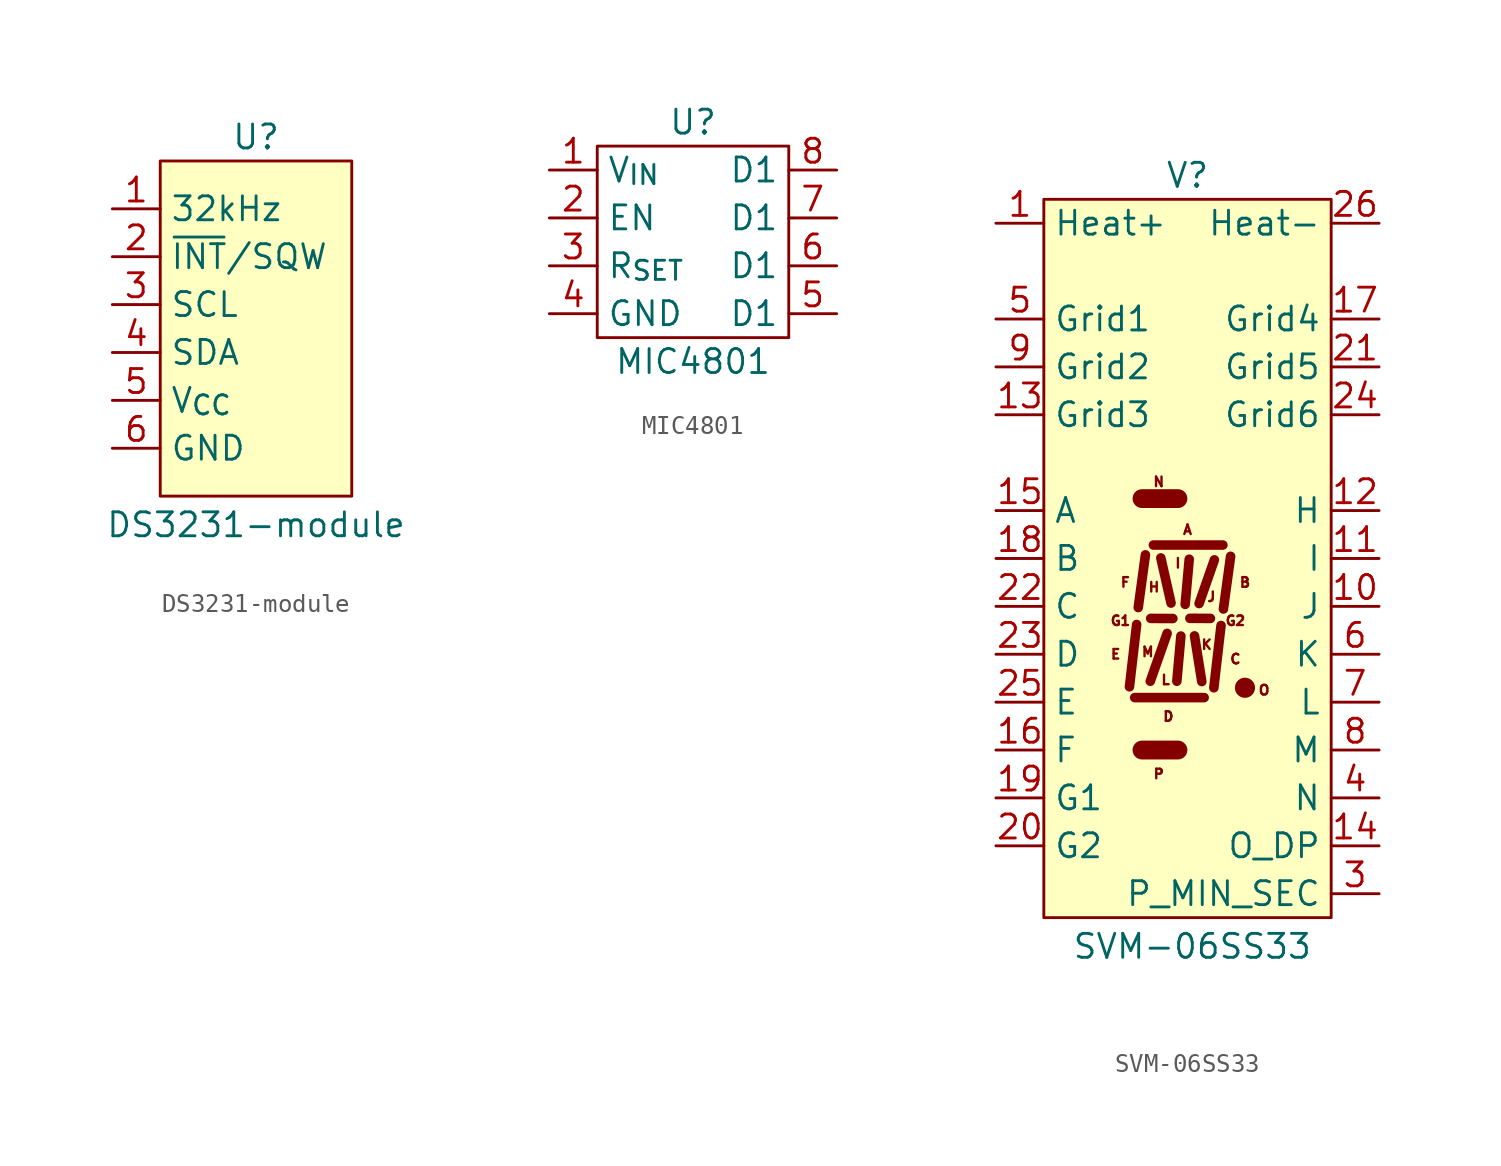
<source format=kicad_sym>
(kicad_symbol_lib
  (version 20231120)
  (generator "kicad_symbol_editor")
  (generator_version "8.0")
  (symbol "DS3231-module"
    (property "Reference" "U"
      (at 0 10.16 0)
      (effects (font (size 1.27 1.27))))
    (property "Value" "DS3231-module"
      (at 0 -10.414 0)
      (effects (font (size 1.27 1.27))))
    (symbol "DS3231-module_1_1"
      (rectangle (start -5.08 8.89) (end 5.08 -8.89) (stroke (width 0) (type default)) (fill (type background)))
      (pin output line (at -7.62 6.35 0) (length 2.54) (name "32kHz" (effects (font (size 1.27 1.27)))) (number "1" (effects (font (size 1.27 1.27)))))
      (pin open_collector line (at -7.62 3.81 0) (length 2.54) (name "~{INT}/SQW" (effects (font (size 1.27 1.27)))) (number "2" (effects (font (size 1.27 1.27)))))
      (pin input line (at -7.62 1.27 0) (length 2.54) (name "SCL" (effects (font (size 1.27 1.27)))) (number "3" (effects (font (size 1.27 1.27)))))
      (pin bidirectional line (at -7.62 -1.27 0) (length 2.54) (name "SDA" (effects (font (size 1.27 1.27)))) (number "4" (effects (font (size 1.27 1.27)))))
      (pin power_in line (at -7.62 -3.81 0) (length 2.54) (name "V_{CC}" (effects (font (size 1.27 1.27)))) (number "5" (effects (font (size 1.27 1.27)))))
      (pin passive line (at -7.62 -6.35 0) (length 2.54) (name "GND" (effects (font (size 1.27 1.27)))) (number "6" (effects (font (size 1.27 1.27)))))))
  (symbol "MIC4801"
    (property "Reference" "U"
      (at 0 6.35 0)
      (effects (font (size 1.27 1.27))))
    (property "Value" "MIC4801"
      (at 0 -6.35 0)
      (effects (font (size 1.27 1.27))))
    (symbol "MIC4801_0_1"
      (rectangle (start -5.08 5.08) (end 5.08 -5.08) (stroke (width 0) (type default)) (fill (type none))))
    (symbol "MIC4801_1_1"
      (pin power_in line (at -7.62 3.81 0) (length 2.54) (name "V_{IN}" (effects (font (size 1.27 1.27)))) (number "1" (effects (font (size 1.27 1.27)))))
      (pin input line (at -7.62 1.27 0) (length 2.54) (name "EN" (effects (font (size 1.27 1.27)))) (number "2" (effects (font (size 1.27 1.27)))))
      (pin passive line (at -7.62 -1.27 0) (length 2.54) (name "R_{SET}" (effects (font (size 1.27 1.27)))) (number "3" (effects (font (size 1.27 1.27)))))
      (pin passive line (at -7.62 -3.81 0) (length 2.54) (name "GND" (effects (font (size 1.27 1.27)))) (number "4" (effects (font (size 1.27 1.27)))))
      (pin passive line (at 7.62 -3.81 180) (length 2.54) (name "D1" (effects (font (size 1.27 1.27)))) (number "5" (effects (font (size 1.27 1.27)))))
      (pin passive line (at 7.62 -1.27 180) (length 2.54) (name "D1" (effects (font (size 1.27 1.27)))) (number "6" (effects (font (size 1.27 1.27)))))
      (pin passive line (at 7.62 1.27 180) (length 2.54) (name "D1" (effects (font (size 1.27 1.27)))) (number "7" (effects (font (size 1.27 1.27)))))
      (pin passive line (at 7.62 3.81 180) (length 2.54) (name "D1" (effects (font (size 1.27 1.27)))) (number "8" (effects (font (size 1.27 1.27)))))))
  (symbol "SVM-06SS33"
    (property "Reference" "V"
      (at 0 20.32 0)
      (effects (font (size 1.27 1.27))))
    (property "Value" "SVM-06SS33"
      (at 0.254 -20.574 0)
      (effects (font (size 1.27 1.27))))
    (symbol "SVM-06SS33_0_0"
      (text "A" (at 0 1.524 0) (effects (font (size 0.508 0.508))))
      (text "E" (at -3.81 -5.08 0) (effects (font (size 0.508 0.508))))
      (text "F" (at -3.302 -1.27 0) (effects (font (size 0.508 0.508)))))
    (symbol "SVM-06SS33_0_1"
      (polyline (pts (xy -2.8 -7.379) (xy 0.883 -7.379)) (stroke (width 0.508) (type default)) (fill (type none)))
      (polyline (pts (xy -2.697 -3.502) (xy -3.078 -6.804)) (stroke (width 0.508) (type default)) (fill (type none)))
      (polyline (pts (xy -2.232 0.191) (xy -2.613 -2.603)) (stroke (width 0.508) (type default)) (fill (type none)))
      (polyline (pts (xy -1.974 -6.511) (xy -1.08 -3.974)) (stroke (width 0.508) (type default)) (fill (type none)))
      (polyline (pts (xy -1.95 -3.179) (xy -0.777 -3.185)) (stroke (width 0.508) (type default)) (fill (type none)))
      (polyline (pts (xy -1.808 0.712) (xy 1.875 0.712)) (stroke (width 0.508) (type default)) (fill (type none)))
      (polyline (pts (xy -1.415 0.028) (xy -0.873 -2.367)) (stroke (width 0.508) (type default)) (fill (type none)))
      (polyline (pts (xy -0.351 -4.115) (xy -0.565 -6.51)) (stroke (width 0.508) (type default)) (fill (type none)))
      (polyline (pts (xy 0.091 -0.04) (xy -0.123 -2.435)) (stroke (width 0.508) (type default)) (fill (type none)))
      (polyline (pts (xy 0.127 -3.175) (xy 1.216 -3.179)) (stroke (width 0.508) (type default)) (fill (type none)))
      (polyline (pts (xy 0.758 -6.529) (xy 0.372 -4.106)) (stroke (width 0.508) (type default)) (fill (type none)))
      (polyline (pts (xy 1.425 -0.075) (xy 0.616 -2.39)) (stroke (width 0.508) (type default)) (fill (type none)))
      (polyline (pts (xy 1.778 -3.556) (xy 1.397 -6.858)) (stroke (width 0.508) (type default)) (fill (type none)))
      (polyline (pts (xy 2.286 0.114) (xy 1.905 -2.68)) (stroke (width 0.508) (type default)) (fill (type none))))
    (symbol "SVM-06SS33_1_0"
      (circle (center 3.048 -6.858) (radius 0.458) (stroke (width 0) (type default)) (fill (type outline)))
      (text "B" (at 3.048 -1.27 0) (effects (font (size 0.508 0.508))))
      (text "C" (at 2.54 -5.334 0) (effects (font (size 0.508 0.508))))
      (text "D" (at -1.016 -8.382 0) (effects (font (size 0.508 0.508))))
      (text "G1" (at -3.556 -3.302 0) (effects (font (size 0.508 0.508))))
      (text "G2" (at 2.54 -3.302 0) (effects (font (size 0.508 0.508))))
      (text "H" (at -1.778 -1.524 0) (effects (font (size 0.508 0.508))))
      (text "I" (at -0.508 -0.254 0) (effects (font (size 0.508 0.508))))
      (text "J" (at 1.27 -2.032 0) (effects (font (size 0.508 0.508))))
      (text "K" (at 1.016 -4.572 0) (effects (font (size 0.508 0.508))))
      (text "L" (at -1.161 -6.441 0) (effects (font (size 0.508 0.508))))
      (text "M" (at -2.109 -4.956 0) (effects (font (size 0.508 0.508))))
      (text "N" (at -1.524 4.064 0) (effects (font (size 0.508 0.508))))
      (text "O" (at 4.064 -6.985 0) (effects (font (size 0.508 0.508))))
      (text "P" (at -1.524 -11.43 0) (effects (font (size 0.508 0.508)))))
    (symbol "SVM-06SS33_1_1"
      (rectangle (start -7.62 19.05) (end 7.62 -19.05) (stroke (width 0) (type default)) (fill (type background)))
      (polyline (pts (xy -2.413 -10.16) (xy -0.508 -10.16)) (stroke (width 1) (type default)) (fill (type none)))
      (polyline (pts (xy -2.413 3.175) (xy -0.508 3.175)) (stroke (width 1) (type default)) (fill (type none)))
      (pin passive line (at -10.16 17.78 0) (length 2.54) (name "Heat+" (effects (font (size 1.27 1.27)))) (number "1" (effects (font (size 1.27 1.27)))))
      (pin passive line (at 10.16 -2.54 180) (length 2.54) (name "J" (effects (font (size 1.27 1.27)))) (number "10" (effects (font (size 1.27 1.27)))))
      (pin passive line (at 10.16 0 180) (length 2.54) (name "I" (effects (font (size 1.27 1.27)))) (number "11" (effects (font (size 1.27 1.27)))))
      (pin passive line (at 10.16 2.54 180) (length 2.54) (name "H" (effects (font (size 1.27 1.27)))) (number "12" (effects (font (size 1.27 1.27)))))
      (pin passive line (at -10.16 7.62 0) (length 2.54) (name "Grid3" (effects (font (size 1.27 1.27)))) (number "13" (effects (font (size 1.27 1.27)))))
      (pin passive line (at 10.16 -15.24 180) (length 2.54) (name "O_DP" (effects (font (size 1.27 1.27)))) (number "14" (effects (font (size 1.27 1.27)))))
      (pin passive line (at -10.16 2.54 0) (length 2.54) (name "A" (effects (font (size 1.27 1.27)))) (number "15" (effects (font (size 1.27 1.27)))))
      (pin passive line (at -10.16 -10.16 0) (length 2.54) (name "F" (effects (font (size 1.27 1.27)))) (number "16" (effects (font (size 1.27 1.27)))))
      (pin passive line (at 10.16 12.7 180) (length 2.54) (name "Grid4" (effects (font (size 1.27 1.27)))) (number "17" (effects (font (size 1.27 1.27)))))
      (pin passive line (at -10.16 0 0) (length 2.54) (name "B" (effects (font (size 1.27 1.27)))) (number "18" (effects (font (size 1.27 1.27)))))
      (pin passive line (at -10.16 -12.7 0) (length 2.54) (name "G1" (effects (font (size 1.27 1.27)))) (number "19" (effects (font (size 1.27 1.27)))))
      (pin passive line (at -10.16 17.78 0) (length 2.54) hide (name "Heat+" (effects (font (size 1.27 1.27)))) (number "2" (effects (font (size 1.27 1.27)))))
      (pin passive line (at -10.16 -15.24 0) (length 2.54) (name "G2" (effects (font (size 1.27 1.27)))) (number "20" (effects (font (size 1.27 1.27)))))
      (pin passive line (at 10.16 10.16 180) (length 2.54) (name "Grid5" (effects (font (size 1.27 1.27)))) (number "21" (effects (font (size 1.27 1.27)))))
      (pin passive line (at -10.16 -2.54 0) (length 2.54) (name "C" (effects (font (size 1.27 1.27)))) (number "22" (effects (font (size 1.27 1.27)))))
      (pin passive line (at -10.16 -5.08 0) (length 2.54) (name "D" (effects (font (size 1.27 1.27)))) (number "23" (effects (font (size 1.27 1.27)))))
      (pin passive line (at 10.16 7.62 180) (length 2.54) (name "Grid6" (effects (font (size 1.27 1.27)))) (number "24" (effects (font (size 1.27 1.27)))))
      (pin passive line (at -10.16 -7.62 0) (length 2.54) (name "E" (effects (font (size 1.27 1.27)))) (number "25" (effects (font (size 1.27 1.27)))))
      (pin passive line (at 10.16 17.78 180) (length 2.54) (name "Heat-" (effects (font (size 1.27 1.27)))) (number "26" (effects (font (size 1.27 1.27)))))
      (pin passive line (at 10.16 -17.78 180) (length 2.54) (name "P_MIN_SEC" (effects (font (size 1.27 1.27)))) (number "3" (effects (font (size 1.27 1.27)))))
      (pin passive line (at 10.16 -12.7 180) (length 2.54) (name "N" (effects (font (size 1.27 1.27)))) (number "4" (effects (font (size 1.27 1.27)))))
      (pin passive line (at -10.16 12.7 0) (length 2.54) (name "Grid1" (effects (font (size 1.27 1.27)))) (number "5" (effects (font (size 1.27 1.27)))))
      (pin passive line (at 10.16 -5.08 180) (length 2.54) (name "K" (effects (font (size 1.27 1.27)))) (number "6" (effects (font (size 1.27 1.27)))))
      (pin passive line (at 10.16 -7.62 180) (length 2.54) (name "L" (effects (font (size 1.27 1.27)))) (number "7" (effects (font (size 1.27 1.27)))))
      (pin passive line (at 10.16 -10.16 180) (length 2.54) (name "M" (effects (font (size 1.27 1.27)))) (number "8" (effects (font (size 1.27 1.27)))))
      (pin passive line (at -10.16 10.16 0) (length 2.54) (name "Grid2" (effects (font (size 1.27 1.27)))) (number "9" (effects (font (size 1.27 1.27))))))))
</source>
